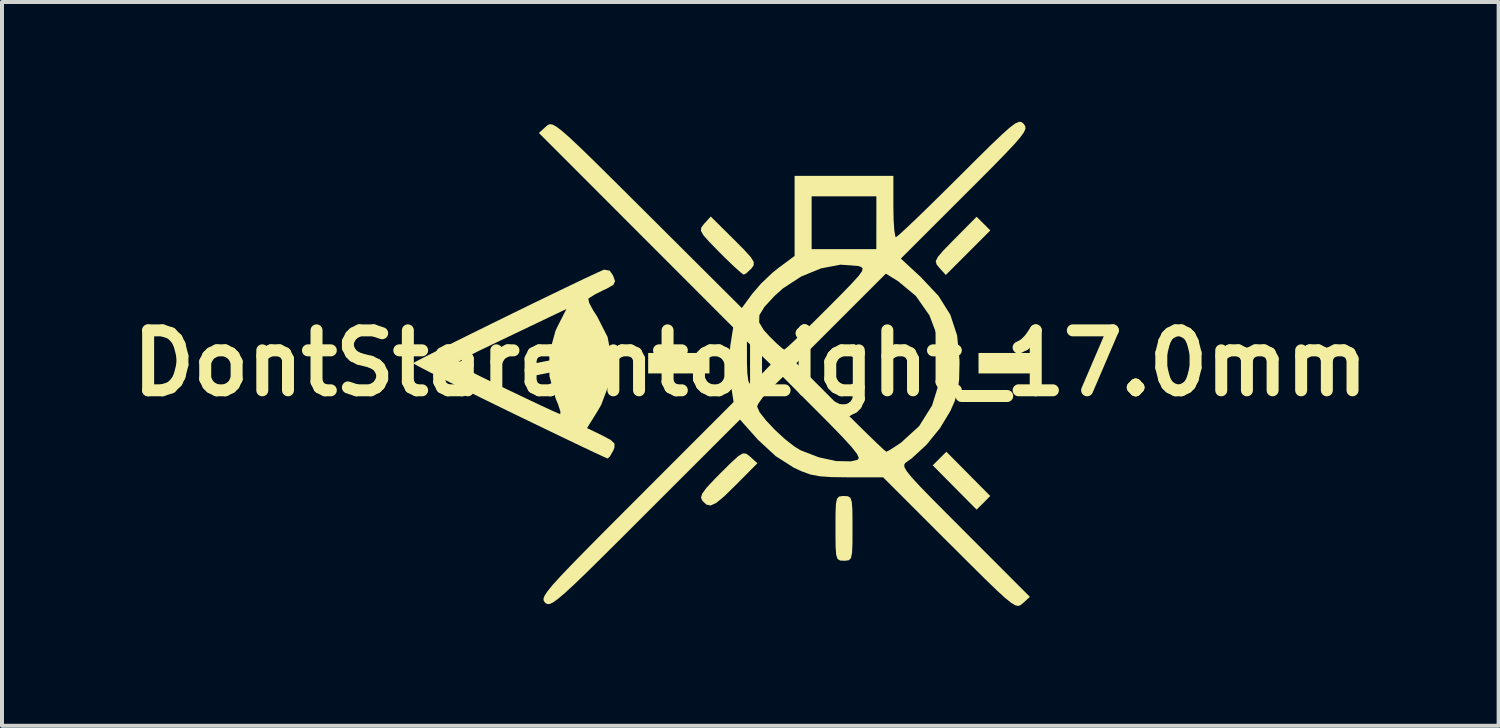
<source format=kicad_pcb>
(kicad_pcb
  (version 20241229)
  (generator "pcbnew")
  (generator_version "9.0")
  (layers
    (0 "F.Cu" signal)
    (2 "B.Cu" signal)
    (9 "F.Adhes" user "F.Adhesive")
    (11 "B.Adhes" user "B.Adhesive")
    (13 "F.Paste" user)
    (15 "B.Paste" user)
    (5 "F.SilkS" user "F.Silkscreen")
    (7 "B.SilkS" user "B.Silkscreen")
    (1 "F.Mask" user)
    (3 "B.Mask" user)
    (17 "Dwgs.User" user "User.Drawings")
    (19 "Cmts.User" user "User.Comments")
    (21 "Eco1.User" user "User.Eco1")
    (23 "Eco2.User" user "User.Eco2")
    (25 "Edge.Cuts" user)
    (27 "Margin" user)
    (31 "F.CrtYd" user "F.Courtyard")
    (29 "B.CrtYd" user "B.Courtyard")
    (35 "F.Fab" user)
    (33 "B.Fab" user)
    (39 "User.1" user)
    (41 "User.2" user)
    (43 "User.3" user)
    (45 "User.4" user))
  (footprint "DontStareIntoLight_17.0mm"
    (layer "F.Cu")
    (at 15.729 6.04)
    (property "Reference" "DontStareIntoLight_17.0mm" (at 0 0 0) (layer "F.SilkS") (effects (font (size 1.5 1.5) (thickness 0.3))))
    (attr board_only exclude_from_pos_files exclude_from_bom)
    (fp_poly (pts (xy -1.023 -0.000001) (xy -1.023 0.256) (xy -1.79 0.256) (xy -2.557 0.256) (xy -2.557 -0.000001) (xy -2.557 -0.256) (xy -1.79 -0.256) (xy -1.023 -0.256)) (stroke (width 0) (type solid)) (fill yes) (layer "F.SilkS"))
    (fp_poly (pts (xy 5.455 2.77) (xy 6.004 3.324) (xy 5.834 3.495) (xy 5.663 3.665) (xy 5.114 3.111) (xy 4.565 2.557) (xy 4.735 2.386) (xy 4.906 2.216)) (stroke (width 0) (type solid)) (fill yes) (layer "F.SilkS"))
    (fp_poly (pts (xy 7.245 -0.000001) (xy 7.245 0.256) (xy 6.478 0.256) (xy 5.711 0.256) (xy 5.711 -0.000001) (xy 5.711 -0.256) (xy 6.478 -0.256) (xy 7.245 -0.256)) (stroke (width 0) (type solid)) (fill yes) (layer "F.SilkS"))
    (fp_poly (pts (xy 5.835 -3.494) (xy 6.006 -3.323) (xy 5.449 -2.766) (xy 4.892 -2.208) (xy 4.731 -2.386) (xy 4.66 -2.474) (xy 4.641 -2.554) (xy 4.691 -2.658) (xy 4.826 -2.816) (xy 5.062 -3.059) (xy 5.117 -3.114) (xy 5.663 -3.665)) (stroke (width 0) (type solid)) (fill yes) (layer "F.SilkS"))
    (fp_poly (pts (xy -0.108 2.262) (xy -0.026 2.321) (xy -0.001 2.343) (xy 0.177 2.504) (xy -0.357 3.042) (xy -0.646 3.325) (xy -0.849 3.494) (xy -0.991 3.561) (xy -1.1 3.539) (xy -1.198 3.447) (xy -1.235 3.368) (xy -1.207 3.267) (xy -1.096 3.117) (xy -0.886 2.892) (xy -0.743 2.748) (xy -0.479 2.486) (xy -0.305 2.328) (xy -0.191 2.259)) (stroke (width 0) (type solid)) (fill yes) (layer "F.SilkS"))
    (fp_poly (pts (xy -0.412 -3.097) (xy -0.146 -2.829) (xy 0.014 -2.651) (xy 0.085 -2.534) (xy 0.084 -2.45) (xy 0.029 -2.372) (xy 0.027 -2.37) (xy -0.099 -2.251) (xy -0.165 -2.216) (xy -0.244 -2.273) (xy -0.413 -2.424) (xy -0.641 -2.644) (xy -0.764 -2.767) (xy -1.02 -3.028) (xy -1.172 -3.199) (xy -1.236 -3.311) (xy -1.229 -3.393) (xy -1.166 -3.478) (xy -1.151 -3.495) (xy -0.991 -3.671)) (stroke (width 0) (type solid)) (fill yes) (layer "F.SilkS"))
    (fp_poly (pts (xy 2.443 3.33) (xy 2.505 3.368) (xy 2.539 3.471) (xy 2.554 3.67) (xy 2.557 3.997) (xy 2.557 4.134) (xy 2.556 4.509) (xy 2.546 4.746) (xy 2.519 4.876) (xy 2.466 4.931) (xy 2.38 4.943) (xy 2.344 4.944) (xy 2.245 4.938) (xy 2.183 4.9) (xy 2.149 4.797) (xy 2.134 4.598) (xy 2.131 4.271) (xy 2.131 4.134) (xy 2.132 3.759) (xy 2.142 3.522) (xy 2.169 3.392) (xy 2.222 3.337) (xy 2.308 3.324) (xy 2.344 3.324)) (stroke (width 0) (type solid)) (fill yes) (layer "F.SilkS"))
    (fp_poly (pts (xy -3.519 -2.316) (xy -3.431 -2.187) (xy -3.386 -2.052) (xy -3.429 -1.961) (xy -3.589 -1.868) (xy -3.676 -1.828) (xy -3.892 -1.72) (xy -4.033 -1.631) (xy -4.055 -1.61) (xy -4.033 -1.509) (xy -3.933 -1.322) (xy -3.838 -1.177) (xy -3.573 -0.657) (xy -3.466 -0.099) (xy -3.519 0.474) (xy -3.731 1.04) (xy -3.822 1.198) (xy -4.087 1.624) (xy -3.713 1.805) (xy -3.493 1.922) (xy -3.399 2.012) (xy -3.402 2.116) (xy -3.431 2.187) (xy -3.516 2.336) (xy -3.572 2.385) (xy -3.658 2.348) (xy -3.879 2.246) (xy -4.215 2.087) (xy -4.648 1.88) (xy -5.159 1.634) (xy -5.729 1.359) (xy -6.03 1.213) (xy -6.621 0.924) (xy -7.159 0.659) (xy -7.626 0.427) (xy -8.004 0.235) (xy -8.274 0.095) (xy -8.419 0.015) (xy -8.429 0.007) (xy -7.336 0.007) (xy -7.324 0.034) (xy -7.317 0.041) (xy -7.228 0.093) (xy -7.016 0.201) (xy -6.715 0.35) (xy -6.355 0.526) (xy -5.969 0.712) (xy -5.588 0.894) (xy -5.245 1.056) (xy -4.971 1.183) (xy -4.799 1.259) (xy -4.757 1.274) (xy -4.754 1.207) (xy -4.811 1.032) (xy -4.872 0.885) (xy -5.028 0.328) (xy -5.03 -0.251) (xy -4.877 -0.809) (xy -4.825 -0.92) (xy -4.604 -1.356) (xy -5.942 -0.717) (xy -6.446 -0.476) (xy -6.815 -0.298) (xy -7.069 -0.171) (xy -7.228 -0.085) (xy -7.31 -0.03) (xy -7.336 0.007) (xy -8.429 0.007) (xy -8.438 -0.000001) (xy -8.365 -0.044) (xy -8.16 -0.15) (xy -7.847 -0.309) (xy -7.448 -0.509) (xy -6.985 -0.738) (xy -6.48 -0.987) (xy -5.957 -1.244) (xy -5.437 -1.498) (xy -4.943 -1.737) (xy -4.497 -1.952) (xy -4.122 -2.131) (xy -3.84 -2.263) (xy -3.674 -2.336) (xy -3.659 -2.342)) (stroke (width 0) (type solid)) (fill yes) (layer "F.SilkS"))
    (fp_poly (pts (xy 6.781 -6.037) (xy 6.831 -6) (xy 6.842 -5.988) (xy 6.879 -5.935) (xy 6.886 -5.873) (xy 6.852 -5.787) (xy 6.764 -5.662) (xy 6.609 -5.482) (xy 6.376 -5.235) (xy 6.053 -4.904) (xy 5.626 -4.475) (xy 5.375 -4.225) (xy 3.767 -2.618) (xy 4.267 -2.155) (xy 4.71 -1.684) (xy 5.006 -1.211) (xy 5.175 -0.694) (xy 5.234 -0.089) (xy 5.235 -0.000001) (xy 5.226 0.399) (xy 5.19 0.694) (xy 5.115 0.95) (xy 5.008 1.193) (xy 4.745 1.629) (xy 4.405 2.046) (xy 4.04 2.381) (xy 3.936 2.455) (xy 3.879 2.496) (xy 3.85 2.543) (xy 3.86 2.61) (xy 3.92 2.711) (xy 4.042 2.861) (xy 4.239 3.075) (xy 4.521 3.366) (xy 4.901 3.749) (xy 5.367 4.216) (xy 6.997 5.848) (xy 6.819 6.009) (xy 6.764 6.054) (xy 6.707 6.075) (xy 6.633 6.06) (xy 6.527 5.997) (xy 6.375 5.874) (xy 6.162 5.679) (xy 5.874 5.4) (xy 5.495 5.025) (xy 5.011 4.542) (xy 4.982 4.514) (xy 3.324 2.857) (xy 2.45 2.856) (xy 2.033 2.851) (xy 1.734 2.83) (xy 1.501 2.785) (xy 1.281 2.705) (xy 1.089 2.616) (xy 0.632 2.324) (xy 0.198 1.923) (xy 0.171 1.894) (xy -0.259 1.411) (xy -2.625 3.775) (xy -3.221 4.371) (xy -3.71 4.856) (xy -4.101 5.242) (xy -4.408 5.537) (xy -4.642 5.753) (xy -4.815 5.899) (xy -4.937 5.987) (xy -5.022 6.027) (xy -5.081 6.029) (xy -5.126 6.003) (xy -5.138 5.991) (xy -5.17 5.949) (xy -5.178 5.896) (xy -5.151 5.821) (xy -5.08 5.712) (xy -4.954 5.557) (xy -4.763 5.345) (xy -4.496 5.065) (xy -4.144 4.705) (xy -3.697 4.253) (xy -3.143 3.697) (xy -2.853 3.407) (xy -0.533 1.086) (xy 0.17 1.086) (xy 0.232 1.227) (xy 0.394 1.434) (xy 0.618 1.671) (xy 0.869 1.902) (xy 1.111 2.09) (xy 1.262 2.181) (xy 1.714 2.355) (xy 2.149 2.45) (xy 2.52 2.456) (xy 2.686 2.417) (xy 2.715 2.371) (xy 2.671 2.272) (xy 2.541 2.105) (xy 2.314 1.856) (xy 1.979 1.511) (xy 1.822 1.353) (xy 0.815 0.343) (xy 0.493 0.658) (xy 0.31 0.856) (xy 0.193 1.022) (xy 0.17 1.086) (xy -0.533 1.086) (xy -0.419 0.971) (xy -0.495 0.485) (xy -0.527 0.103) (xy -0.524 -0.017) (xy -0.085 -0.017) (xy -0.075 0.258) (xy -0.049 0.449) (xy -0.016 0.511) (xy 0.082 0.455) (xy 0.24 0.316) (xy 0.282 0.272) (xy 0.511 0.033) (xy 0.476 -0.001) (xy 1.152 -0.001) (xy 2.258 1.108) (xy 2.611 1.459) (xy 2.921 1.764) (xy 3.17 2.005) (xy 3.337 2.162) (xy 3.404 2.216) (xy 3.491 2.172) (xy 3.667 2.059) (xy 3.774 1.986) (xy 4.225 1.574) (xy 4.548 1.059) (xy 4.733 0.464) (xy 4.773 -0.002) (xy 4.698 -0.627) (xy 4.482 -1.198) (xy 4.141 -1.684) (xy 3.696 -2.053) (xy 3.392 -2.241) (xy 2.272 -1.121) (xy 1.152 -0.001) (xy 0.476 -0.001) (xy 0.213 -0.256) (xy -0.085 -0.545) (xy -0.085 -0.017) (xy -0.524 -0.017) (xy -0.517 -0.296) (xy -0.5 -0.448) (xy -0.429 -0.895) (xy -0.555 -1.021) (xy 0.221 -1.021) (xy 0.334 -0.831) (xy 0.478 -0.673) (xy 0.665 -0.489) (xy 0.804 -0.368) (xy 0.85 -0.341) (xy 0.923 -0.398) (xy 1.095 -0.557) (xy 1.345 -0.798) (xy 1.653 -1.1) (xy 1.912 -1.358) (xy 2.282 -1.73) (xy 2.543 -2) (xy 2.71 -2.184) (xy 2.795 -2.303) (xy 2.811 -2.372) (xy 2.772 -2.41) (xy 2.698 -2.433) (xy 2.257 -2.466) (xy 1.766 -2.372) (xy 1.27 -2.168) (xy 0.813 -1.87) (xy 0.608 -1.686) (xy 0.353 -1.41) (xy 0.226 -1.201) (xy 0.221 -1.021) (xy -0.555 -1.021) (xy -2.861 -3.329) (xy -5.292 -5.762) (xy -5.114 -5.924) (xy -5.067 -5.963) (xy -5.017 -5.982) (xy -4.952 -5.973) (xy -4.859 -5.924) (xy -4.728 -5.825) (xy -4.545 -5.666) (xy -4.299 -5.436) (xy -3.978 -5.126) (xy -3.57 -4.723) (xy -3.063 -4.22) (xy -2.574 -3.733) (xy -0.213 -1.381) (xy 0.046 -1.735) (xy 0.271 -1.996) (xy 0.556 -2.266) (xy 0.706 -2.386) (xy 1.108 -2.685) (xy 1.108 -2.855) (xy 1.534 -2.855) (xy 2.344 -2.855) (xy 3.153 -2.855) (xy 3.154 -3.516) (xy 3.154 -4.177) (xy 2.344 -4.177) (xy 1.534 -4.177) (xy 1.534 -3.516) (xy 1.534 -2.855) (xy 1.108 -2.855) (xy 1.108 -3.686) (xy 1.108 -4.688) (xy 2.344 -4.688) (xy 3.58 -4.688) (xy 3.58 -3.921) (xy 3.586 -3.583) (xy 3.604 -3.321) (xy 3.629 -3.173) (xy 3.643 -3.154) (xy 3.718 -3.211) (xy 3.896 -3.374) (xy 4.161 -3.625) (xy 4.494 -3.948) (xy 4.879 -4.327) (xy 5.203 -4.649) (xy 5.667 -5.111) (xy 6.025 -5.464) (xy 6.295 -5.721) (xy 6.489 -5.895) (xy 6.625 -5.997) (xy 6.717 -6.04)) (stroke (width 0) (type solid)) (fill yes) (layer "F.SilkS")))
  (gr_rect
    (start -3 -3)
    (end 34.457 15.115)
    (stroke (width 0.1) (type default))
    (fill no)
    (layer "Edge.Cuts")))
</source>
